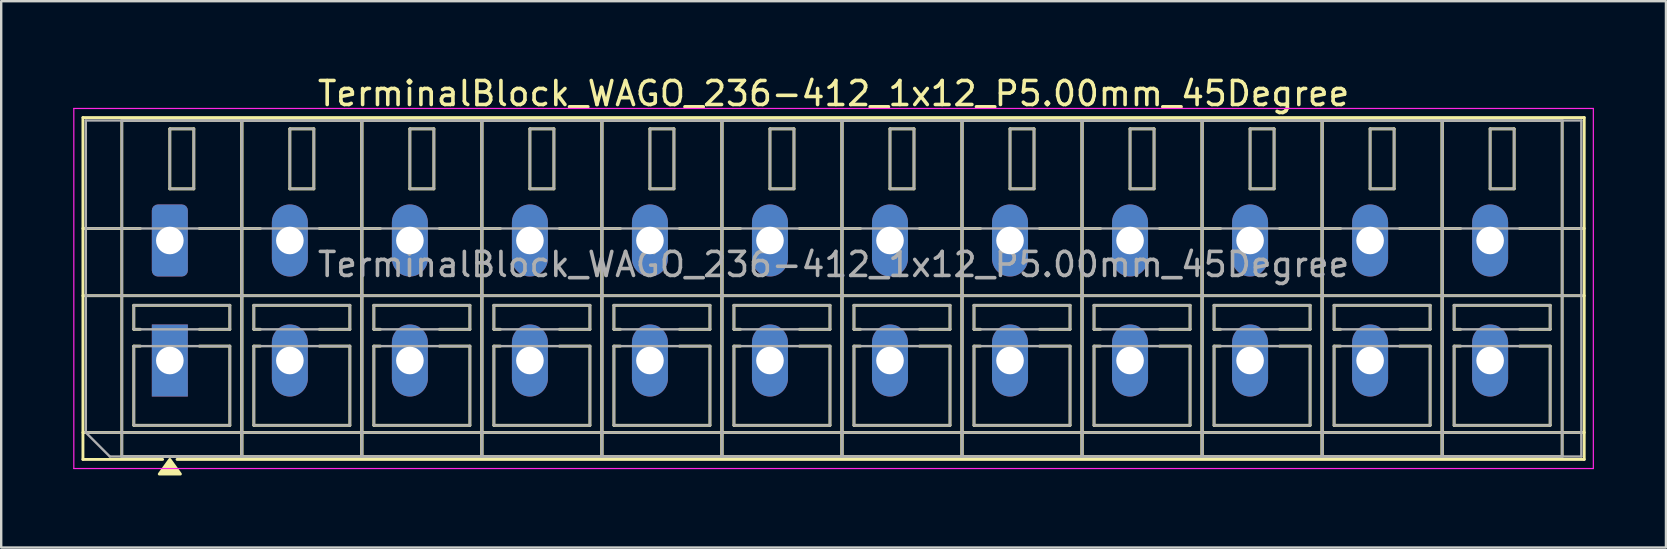
<source format=kicad_pcb>
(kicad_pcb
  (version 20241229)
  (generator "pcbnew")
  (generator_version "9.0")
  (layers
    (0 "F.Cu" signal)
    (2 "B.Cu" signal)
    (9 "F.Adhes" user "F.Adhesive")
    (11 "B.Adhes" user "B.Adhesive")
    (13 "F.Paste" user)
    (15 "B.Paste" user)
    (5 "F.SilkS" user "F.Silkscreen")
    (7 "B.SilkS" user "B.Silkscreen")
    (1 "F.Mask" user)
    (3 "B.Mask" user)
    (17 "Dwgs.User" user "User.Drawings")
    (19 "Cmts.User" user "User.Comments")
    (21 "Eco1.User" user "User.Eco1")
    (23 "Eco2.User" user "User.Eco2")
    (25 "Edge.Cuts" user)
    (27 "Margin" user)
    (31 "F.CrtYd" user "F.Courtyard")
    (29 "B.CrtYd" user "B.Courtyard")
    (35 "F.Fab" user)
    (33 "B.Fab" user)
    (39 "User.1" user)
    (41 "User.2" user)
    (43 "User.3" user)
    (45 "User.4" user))
  (footprint "TerminalBlock_WAGO_236-412_1x12_P5.00mm_45Degree"
    (layer "F.Cu")
    (at 4.025 6.968)
    (property "Reference" "TerminalBlock_WAGO_236-412_1x12_P5.00mm_45Degree" (at 27.65 -6.12 0) (layer "F.SilkS") (effects (font (size 1 1) (thickness 0.15))))
    (attr through_hole)
    (fp_line (start -3.62 -5.12) (end 58.92 -5.12) (stroke (width 0.12) (type solid)) (layer "F.SilkS"))
    (fp_line (start -3.62 -0.5) (end -1.23 -0.5) (stroke (width 0.12) (type solid)) (layer "F.SilkS"))
    (fp_line (start -3.62 2.3) (end 58.92 2.3) (stroke (width 0.12) (type solid)) (layer "F.SilkS"))
    (fp_line (start -3.62 8) (end 58.92 8) (stroke (width 0.12) (type solid)) (layer "F.SilkS"))
    (fp_line (start -3.62 9.12) (end -3.62 -5.12) (stroke (width 0.12) (type solid)) (layer "F.SilkS"))
    (fp_line (start -2 -5) (end 3 -5) (stroke (width 0.12) (type solid)) (layer "F.SilkS"))
    (fp_line (start -2 9) (end -2 -5) (stroke (width 0.12) (type solid)) (layer "F.SilkS"))
    (fp_line (start -1.5 2.7) (end 2.5 2.7) (stroke (width 0.12) (type solid)) (layer "F.SilkS"))
    (fp_line (start -1.5 3.7) (end -1.5 2.7) (stroke (width 0.12) (type solid)) (layer "F.SilkS"))
    (fp_line (start -1.5 4.4) (end -1.23 4.4) (stroke (width 0.12) (type solid)) (layer "F.SilkS"))
    (fp_line (start -1.5 7.7) (end -1.5 4.4) (stroke (width 0.12) (type solid)) (layer "F.SilkS"))
    (fp_line (start -1.23 3.7) (end -1.5 3.7) (stroke (width 0.12) (type solid)) (layer "F.SilkS"))
    (fp_line (start -0.3 9.12) (end -3.62 9.12) (stroke (width 0.12) (type solid)) (layer "F.SilkS"))
    (fp_line (start 0 -4.65) (end 1 -4.65) (stroke (width 0.12) (type solid)) (layer "F.SilkS"))
    (fp_line (start 0 -2.15) (end 0 -4.65) (stroke (width 0.12) (type solid)) (layer "F.SilkS"))
    (fp_line (start 1 -4.65) (end 1 -2.15) (stroke (width 0.12) (type solid)) (layer "F.SilkS"))
    (fp_line (start 1 -2.15) (end 0 -2.15) (stroke (width 0.12) (type solid)) (layer "F.SilkS"))
    (fp_line (start 1.23 -0.5) (end 3.77 -0.5) (stroke (width 0.12) (type solid)) (layer "F.SilkS"))
    (fp_line (start 1.23 4.4) (end 2.5 4.4) (stroke (width 0.12) (type solid)) (layer "F.SilkS"))
    (fp_line (start 2.5 2.7) (end 2.5 3.7) (stroke (width 0.12) (type solid)) (layer "F.SilkS"))
    (fp_line (start 2.5 3.7) (end 1.23 3.7) (stroke (width 0.12) (type solid)) (layer "F.SilkS"))
    (fp_line (start 2.5 4.4) (end 2.5 7.7) (stroke (width 0.12) (type solid)) (layer "F.SilkS"))
    (fp_line (start 2.5 7.7) (end -1.5 7.7) (stroke (width 0.12) (type solid)) (layer "F.SilkS"))
    (fp_line (start 3 -5) (end 3 9) (stroke (width 0.12) (type solid)) (layer "F.SilkS"))
    (fp_line (start 3 -5) (end 8 -5) (stroke (width 0.12) (type solid)) (layer "F.SilkS"))
    (fp_line (start 3 9) (end -2 9) (stroke (width 0.12) (type solid)) (layer "F.SilkS"))
    (fp_line (start 3 9) (end 3 -5) (stroke (width 0.12) (type solid)) (layer "F.SilkS"))
    (fp_line (start 3.5 2.7) (end 7.5 2.7) (stroke (width 0.12) (type solid)) (layer "F.SilkS"))
    (fp_line (start 3.5 3.7) (end 3.5 2.7) (stroke (width 0.12) (type solid)) (layer "F.SilkS"))
    (fp_line (start 3.5 4.4) (end 3.77 4.4) (stroke (width 0.12) (type solid)) (layer "F.SilkS"))
    (fp_line (start 3.5 7.7) (end 3.5 4.4) (stroke (width 0.12) (type solid)) (layer "F.SilkS"))
    (fp_line (start 3.77 3.7) (end 3.5 3.7) (stroke (width 0.12) (type solid)) (layer "F.SilkS"))
    (fp_line (start 5 -4.65) (end 6 -4.65) (stroke (width 0.12) (type solid)) (layer "F.SilkS"))
    (fp_line (start 5 -2.15) (end 5 -4.65) (stroke (width 0.12) (type solid)) (layer "F.SilkS"))
    (fp_line (start 6 -4.65) (end 6 -2.15) (stroke (width 0.12) (type solid)) (layer "F.SilkS"))
    (fp_line (start 6 -2.15) (end 5 -2.15) (stroke (width 0.12) (type solid)) (layer "F.SilkS"))
    (fp_line (start 6.23 -0.5) (end 8.77 -0.5) (stroke (width 0.12) (type solid)) (layer "F.SilkS"))
    (fp_line (start 6.23 4.4) (end 7.5 4.4) (stroke (width 0.12) (type solid)) (layer "F.SilkS"))
    (fp_line (start 7.5 2.7) (end 7.5 3.7) (stroke (width 0.12) (type solid)) (layer "F.SilkS"))
    (fp_line (start 7.5 3.7) (end 6.23 3.7) (stroke (width 0.12) (type solid)) (layer "F.SilkS"))
    (fp_line (start 7.5 4.4) (end 7.5 7.7) (stroke (width 0.12) (type solid)) (layer "F.SilkS"))
    (fp_line (start 7.5 7.7) (end 3.5 7.7) (stroke (width 0.12) (type solid)) (layer "F.SilkS"))
    (fp_line (start 8 -5) (end 8 9) (stroke (width 0.12) (type solid)) (layer "F.SilkS"))
    (fp_line (start 8 -5) (end 13 -5) (stroke (width 0.12) (type solid)) (layer "F.SilkS"))
    (fp_line (start 8 9) (end 3 9) (stroke (width 0.12) (type solid)) (layer "F.SilkS"))
    (fp_line (start 8 9) (end 8 -5) (stroke (width 0.12) (type solid)) (layer "F.SilkS"))
    (fp_line (start 8.5 2.7) (end 12.5 2.7) (stroke (width 0.12) (type solid)) (layer "F.SilkS"))
    (fp_line (start 8.5 3.7) (end 8.5 2.7) (stroke (width 0.12) (type solid)) (layer "F.SilkS"))
    (fp_line (start 8.5 4.4) (end 8.77 4.4) (stroke (width 0.12) (type solid)) (layer "F.SilkS"))
    (fp_line (start 8.5 7.7) (end 8.5 4.4) (stroke (width 0.12) (type solid)) (layer "F.SilkS"))
    (fp_line (start 8.77 3.7) (end 8.5 3.7) (stroke (width 0.12) (type solid)) (layer "F.SilkS"))
    (fp_line (start 10 -4.65) (end 11 -4.65) (stroke (width 0.12) (type solid)) (layer "F.SilkS"))
    (fp_line (start 10 -2.15) (end 10 -4.65) (stroke (width 0.12) (type solid)) (layer "F.SilkS"))
    (fp_line (start 11 -4.65) (end 11 -2.15) (stroke (width 0.12) (type solid)) (layer "F.SilkS"))
    (fp_line (start 11 -2.15) (end 10 -2.15) (stroke (width 0.12) (type solid)) (layer "F.SilkS"))
    (fp_line (start 11.23 -0.5) (end 13.77 -0.5) (stroke (width 0.12) (type solid)) (layer "F.SilkS"))
    (fp_line (start 11.23 4.4) (end 12.5 4.4) (stroke (width 0.12) (type solid)) (layer "F.SilkS"))
    (fp_line (start 12.5 2.7) (end 12.5 3.7) (stroke (width 0.12) (type solid)) (layer "F.SilkS"))
    (fp_line (start 12.5 3.7) (end 11.23 3.7) (stroke (width 0.12) (type solid)) (layer "F.SilkS"))
    (fp_line (start 12.5 4.4) (end 12.5 7.7) (stroke (width 0.12) (type solid)) (layer "F.SilkS"))
    (fp_line (start 12.5 7.7) (end 8.5 7.7) (stroke (width 0.12) (type solid)) (layer "F.SilkS"))
    (fp_line (start 13 -5) (end 13 9) (stroke (width 0.12) (type solid)) (layer "F.SilkS"))
    (fp_line (start 13 -5) (end 18 -5) (stroke (width 0.12) (type solid)) (layer "F.SilkS"))
    (fp_line (start 13 9) (end 8 9) (stroke (width 0.12) (type solid)) (layer "F.SilkS"))
    (fp_line (start 13 9) (end 13 -5) (stroke (width 0.12) (type solid)) (layer "F.SilkS"))
    (fp_line (start 13.5 2.7) (end 17.5 2.7) (stroke (width 0.12) (type solid)) (layer "F.SilkS"))
    (fp_line (start 13.5 3.7) (end 13.5 2.7) (stroke (width 0.12) (type solid)) (layer "F.SilkS"))
    (fp_line (start 13.5 4.4) (end 13.77 4.4) (stroke (width 0.12) (type solid)) (layer "F.SilkS"))
    (fp_line (start 13.5 7.7) (end 13.5 4.4) (stroke (width 0.12) (type solid)) (layer "F.SilkS"))
    (fp_line (start 13.77 3.7) (end 13.5 3.7) (stroke (width 0.12) (type solid)) (layer "F.SilkS"))
    (fp_line (start 15 -4.65) (end 16 -4.65) (stroke (width 0.12) (type solid)) (layer "F.SilkS"))
    (fp_line (start 15 -2.15) (end 15 -4.65) (stroke (width 0.12) (type solid)) (layer "F.SilkS"))
    (fp_line (start 16 -4.65) (end 16 -2.15) (stroke (width 0.12) (type solid)) (layer "F.SilkS"))
    (fp_line (start 16 -2.15) (end 15 -2.15) (stroke (width 0.12) (type solid)) (layer "F.SilkS"))
    (fp_line (start 16.23 -0.5) (end 18.77 -0.5) (stroke (width 0.12) (type solid)) (layer "F.SilkS"))
    (fp_line (start 16.23 4.4) (end 17.5 4.4) (stroke (width 0.12) (type solid)) (layer "F.SilkS"))
    (fp_line (start 17.5 2.7) (end 17.5 3.7) (stroke (width 0.12) (type solid)) (layer "F.SilkS"))
    (fp_line (start 17.5 3.7) (end 16.23 3.7) (stroke (width 0.12) (type solid)) (layer "F.SilkS"))
    (fp_line (start 17.5 4.4) (end 17.5 7.7) (stroke (width 0.12) (type solid)) (layer "F.SilkS"))
    (fp_line (start 17.5 7.7) (end 13.5 7.7) (stroke (width 0.12) (type solid)) (layer "F.SilkS"))
    (fp_line (start 18 -5) (end 18 9) (stroke (width 0.12) (type solid)) (layer "F.SilkS"))
    (fp_line (start 18 -5) (end 23 -5) (stroke (width 0.12) (type solid)) (layer "F.SilkS"))
    (fp_line (start 18 9) (end 13 9) (stroke (width 0.12) (type solid)) (layer "F.SilkS"))
    (fp_line (start 18 9) (end 18 -5) (stroke (width 0.12) (type solid)) (layer "F.SilkS"))
    (fp_line (start 18.5 2.7) (end 22.5 2.7) (stroke (width 0.12) (type solid)) (layer "F.SilkS"))
    (fp_line (start 18.5 3.7) (end 18.5 2.7) (stroke (width 0.12) (type solid)) (layer "F.SilkS"))
    (fp_line (start 18.5 4.4) (end 18.77 4.4) (stroke (width 0.12) (type solid)) (layer "F.SilkS"))
    (fp_line (start 18.5 7.7) (end 18.5 4.4) (stroke (width 0.12) (type solid)) (layer "F.SilkS"))
    (fp_line (start 18.77 3.7) (end 18.5 3.7) (stroke (width 0.12) (type solid)) (layer "F.SilkS"))
    (fp_line (start 20 -4.65) (end 21 -4.65) (stroke (width 0.12) (type solid)) (layer "F.SilkS"))
    (fp_line (start 20 -2.15) (end 20 -4.65) (stroke (width 0.12) (type solid)) (layer "F.SilkS"))
    (fp_line (start 21 -4.65) (end 21 -2.15) (stroke (width 0.12) (type solid)) (layer "F.SilkS"))
    (fp_line (start 21 -2.15) (end 20 -2.15) (stroke (width 0.12) (type solid)) (layer "F.SilkS"))
    (fp_line (start 21.23 -0.5) (end 23.77 -0.5) (stroke (width 0.12) (type solid)) (layer "F.SilkS"))
    (fp_line (start 21.23 4.4) (end 22.5 4.4) (stroke (width 0.12) (type solid)) (layer "F.SilkS"))
    (fp_line (start 22.5 2.7) (end 22.5 3.7) (stroke (width 0.12) (type solid)) (layer "F.SilkS"))
    (fp_line (start 22.5 3.7) (end 21.23 3.7) (stroke (width 0.12) (type solid)) (layer "F.SilkS"))
    (fp_line (start 22.5 4.4) (end 22.5 7.7) (stroke (width 0.12) (type solid)) (layer "F.SilkS"))
    (fp_line (start 22.5 7.7) (end 18.5 7.7) (stroke (width 0.12) (type solid)) (layer "F.SilkS"))
    (fp_line (start 23 -5) (end 23 9) (stroke (width 0.12) (type solid)) (layer "F.SilkS"))
    (fp_line (start 23 -5) (end 28 -5) (stroke (width 0.12) (type solid)) (layer "F.SilkS"))
    (fp_line (start 23 9) (end 18 9) (stroke (width 0.12) (type solid)) (layer "F.SilkS"))
    (fp_line (start 23 9) (end 23 -5) (stroke (width 0.12) (type solid)) (layer "F.SilkS"))
    (fp_line (start 23.5 2.7) (end 27.5 2.7) (stroke (width 0.12) (type solid)) (layer "F.SilkS"))
    (fp_line (start 23.5 3.7) (end 23.5 2.7) (stroke (width 0.12) (type solid)) (layer "F.SilkS"))
    (fp_line (start 23.5 4.4) (end 23.77 4.4) (stroke (width 0.12) (type solid)) (layer "F.SilkS"))
    (fp_line (start 23.5 7.7) (end 23.5 4.4) (stroke (width 0.12) (type solid)) (layer "F.SilkS"))
    (fp_line (start 23.77 3.7) (end 23.5 3.7) (stroke (width 0.12) (type solid)) (layer "F.SilkS"))
    (fp_line (start 25 -4.65) (end 26 -4.65) (stroke (width 0.12) (type solid)) (layer "F.SilkS"))
    (fp_line (start 25 -2.15) (end 25 -4.65) (stroke (width 0.12) (type solid)) (layer "F.SilkS"))
    (fp_line (start 26 -4.65) (end 26 -2.15) (stroke (width 0.12) (type solid)) (layer "F.SilkS"))
    (fp_line (start 26 -2.15) (end 25 -2.15) (stroke (width 0.12) (type solid)) (layer "F.SilkS"))
    (fp_line (start 26.23 -0.5) (end 28.77 -0.5) (stroke (width 0.12) (type solid)) (layer "F.SilkS"))
    (fp_line (start 26.23 4.4) (end 27.5 4.4) (stroke (width 0.12) (type solid)) (layer "F.SilkS"))
    (fp_line (start 27.5 2.7) (end 27.5 3.7) (stroke (width 0.12) (type solid)) (layer "F.SilkS"))
    (fp_line (start 27.5 3.7) (end 26.23 3.7) (stroke (width 0.12) (type solid)) (layer "F.SilkS"))
    (fp_line (start 27.5 4.4) (end 27.5 7.7) (stroke (width 0.12) (type solid)) (layer "F.SilkS"))
    (fp_line (start 27.5 7.7) (end 23.5 7.7) (stroke (width 0.12) (type solid)) (layer "F.SilkS"))
    (fp_line (start 28 -5) (end 28 9) (stroke (width 0.12) (type solid)) (layer "F.SilkS"))
    (fp_line (start 28 -5) (end 33 -5) (stroke (width 0.12) (type solid)) (layer "F.SilkS"))
    (fp_line (start 28 9) (end 23 9) (stroke (width 0.12) (type solid)) (layer "F.SilkS"))
    (fp_line (start 28 9) (end 28 -5) (stroke (width 0.12) (type solid)) (layer "F.SilkS"))
    (fp_line (start 28.5 2.7) (end 32.5 2.7) (stroke (width 0.12) (type solid)) (layer "F.SilkS"))
    (fp_line (start 28.5 3.7) (end 28.5 2.7) (stroke (width 0.12) (type solid)) (layer "F.SilkS"))
    (fp_line (start 28.5 4.4) (end 28.77 4.4) (stroke (width 0.12) (type solid)) (layer "F.SilkS"))
    (fp_line (start 28.5 7.7) (end 28.5 4.4) (stroke (width 0.12) (type solid)) (layer "F.SilkS"))
    (fp_line (start 28.77 3.7) (end 28.5 3.7) (stroke (width 0.12) (type solid)) (layer "F.SilkS"))
    (fp_line (start 30 -4.65) (end 31 -4.65) (stroke (width 0.12) (type solid)) (layer "F.SilkS"))
    (fp_line (start 30 -2.15) (end 30 -4.65) (stroke (width 0.12) (type solid)) (layer "F.SilkS"))
    (fp_line (start 31 -4.65) (end 31 -2.15) (stroke (width 0.12) (type solid)) (layer "F.SilkS"))
    (fp_line (start 31 -2.15) (end 30 -2.15) (stroke (width 0.12) (type solid)) (layer "F.SilkS"))
    (fp_line (start 31.23 -0.5) (end 33.77 -0.5) (stroke (width 0.12) (type solid)) (layer "F.SilkS"))
    (fp_line (start 31.23 4.4) (end 32.5 4.4) (stroke (width 0.12) (type solid)) (layer "F.SilkS"))
    (fp_line (start 32.5 2.7) (end 32.5 3.7) (stroke (width 0.12) (type solid)) (layer "F.SilkS"))
    (fp_line (start 32.5 3.7) (end 31.23 3.7) (stroke (width 0.12) (type solid)) (layer "F.SilkS"))
    (fp_line (start 32.5 4.4) (end 32.5 7.7) (stroke (width 0.12) (type solid)) (layer "F.SilkS"))
    (fp_line (start 32.5 7.7) (end 28.5 7.7) (stroke (width 0.12) (type solid)) (layer "F.SilkS"))
    (fp_line (start 33 -5) (end 33 9) (stroke (width 0.12) (type solid)) (layer "F.SilkS"))
    (fp_line (start 33 -5) (end 38 -5) (stroke (width 0.12) (type solid)) (layer "F.SilkS"))
    (fp_line (start 33 9) (end 28 9) (stroke (width 0.12) (type solid)) (layer "F.SilkS"))
    (fp_line (start 33 9) (end 33 -5) (stroke (width 0.12) (type solid)) (layer "F.SilkS"))
    (fp_line (start 33.5 2.7) (end 37.5 2.7) (stroke (width 0.12) (type solid)) (layer "F.SilkS"))
    (fp_line (start 33.5 3.7) (end 33.5 2.7) (stroke (width 0.12) (type solid)) (layer "F.SilkS"))
    (fp_line (start 33.5 4.4) (end 33.77 4.4) (stroke (width 0.12) (type solid)) (layer "F.SilkS"))
    (fp_line (start 33.5 7.7) (end 33.5 4.4) (stroke (width 0.12) (type solid)) (layer "F.SilkS"))
    (fp_line (start 33.77 3.7) (end 33.5 3.7) (stroke (width 0.12) (type solid)) (layer "F.SilkS"))
    (fp_line (start 35 -4.65) (end 36 -4.65) (stroke (width 0.12) (type solid)) (layer "F.SilkS"))
    (fp_line (start 35 -2.15) (end 35 -4.65) (stroke (width 0.12) (type solid)) (layer "F.SilkS"))
    (fp_line (start 36 -4.65) (end 36 -2.15) (stroke (width 0.12) (type solid)) (layer "F.SilkS"))
    (fp_line (start 36 -2.15) (end 35 -2.15) (stroke (width 0.12) (type solid)) (layer "F.SilkS"))
    (fp_line (start 36.23 -0.5) (end 38.77 -0.5) (stroke (width 0.12) (type solid)) (layer "F.SilkS"))
    (fp_line (start 36.23 4.4) (end 37.5 4.4) (stroke (width 0.12) (type solid)) (layer "F.SilkS"))
    (fp_line (start 37.5 2.7) (end 37.5 3.7) (stroke (width 0.12) (type solid)) (layer "F.SilkS"))
    (fp_line (start 37.5 3.7) (end 36.23 3.7) (stroke (width 0.12) (type solid)) (layer "F.SilkS"))
    (fp_line (start 37.5 4.4) (end 37.5 7.7) (stroke (width 0.12) (type solid)) (layer "F.SilkS"))
    (fp_line (start 37.5 7.7) (end 33.5 7.7) (stroke (width 0.12) (type solid)) (layer "F.SilkS"))
    (fp_line (start 38 -5) (end 38 9) (stroke (width 0.12) (type solid)) (layer "F.SilkS"))
    (fp_line (start 38 -5) (end 43 -5) (stroke (width 0.12) (type solid)) (layer "F.SilkS"))
    (fp_line (start 38 9) (end 33 9) (stroke (width 0.12) (type solid)) (layer "F.SilkS"))
    (fp_line (start 38 9) (end 38 -5) (stroke (width 0.12) (type solid)) (layer "F.SilkS"))
    (fp_line (start 38.5 2.7) (end 42.5 2.7) (stroke (width 0.12) (type solid)) (layer "F.SilkS"))
    (fp_line (start 38.5 3.7) (end 38.5 2.7) (stroke (width 0.12) (type solid)) (layer "F.SilkS"))
    (fp_line (start 38.5 4.4) (end 38.77 4.4) (stroke (width 0.12) (type solid)) (layer "F.SilkS"))
    (fp_line (start 38.5 7.7) (end 38.5 4.4) (stroke (width 0.12) (type solid)) (layer "F.SilkS"))
    (fp_line (start 38.77 3.7) (end 38.5 3.7) (stroke (width 0.12) (type solid)) (layer "F.SilkS"))
    (fp_line (start 40 -4.65) (end 41 -4.65) (stroke (width 0.12) (type solid)) (layer "F.SilkS"))
    (fp_line (start 40 -2.15) (end 40 -4.65) (stroke (width 0.12) (type solid)) (layer "F.SilkS"))
    (fp_line (start 41 -4.65) (end 41 -2.15) (stroke (width 0.12) (type solid)) (layer "F.SilkS"))
    (fp_line (start 41 -2.15) (end 40 -2.15) (stroke (width 0.12) (type solid)) (layer "F.SilkS"))
    (fp_line (start 41.23 -0.5) (end 43.77 -0.5) (stroke (width 0.12) (type solid)) (layer "F.SilkS"))
    (fp_line (start 41.23 4.4) (end 42.5 4.4) (stroke (width 0.12) (type solid)) (layer "F.SilkS"))
    (fp_line (start 42.5 2.7) (end 42.5 3.7) (stroke (width 0.12) (type solid)) (layer "F.SilkS"))
    (fp_line (start 42.5 3.7) (end 41.23 3.7) (stroke (width 0.12) (type solid)) (layer "F.SilkS"))
    (fp_line (start 42.5 4.4) (end 42.5 7.7) (stroke (width 0.12) (type solid)) (layer "F.SilkS"))
    (fp_line (start 42.5 7.7) (end 38.5 7.7) (stroke (width 0.12) (type solid)) (layer "F.SilkS"))
    (fp_line (start 43 -5) (end 43 9) (stroke (width 0.12) (type solid)) (layer "F.SilkS"))
    (fp_line (start 43 -5) (end 48 -5) (stroke (width 0.12) (type solid)) (layer "F.SilkS"))
    (fp_line (start 43 9) (end 38 9) (stroke (width 0.12) (type solid)) (layer "F.SilkS"))
    (fp_line (start 43 9) (end 43 -5) (stroke (width 0.12) (type solid)) (layer "F.SilkS"))
    (fp_line (start 43.5 2.7) (end 47.5 2.7) (stroke (width 0.12) (type solid)) (layer "F.SilkS"))
    (fp_line (start 43.5 3.7) (end 43.5 2.7) (stroke (width 0.12) (type solid)) (layer "F.SilkS"))
    (fp_line (start 43.5 4.4) (end 43.77 4.4) (stroke (width 0.12) (type solid)) (layer "F.SilkS"))
    (fp_line (start 43.5 7.7) (end 43.5 4.4) (stroke (width 0.12) (type solid)) (layer "F.SilkS"))
    (fp_line (start 43.77 3.7) (end 43.5 3.7) (stroke (width 0.12) (type solid)) (layer "F.SilkS"))
    (fp_line (start 45 -4.65) (end 46 -4.65) (stroke (width 0.12) (type solid)) (layer "F.SilkS"))
    (fp_line (start 45 -2.15) (end 45 -4.65) (stroke (width 0.12) (type solid)) (layer "F.SilkS"))
    (fp_line (start 46 -4.65) (end 46 -2.15) (stroke (width 0.12) (type solid)) (layer "F.SilkS"))
    (fp_line (start 46 -2.15) (end 45 -2.15) (stroke (width 0.12) (type solid)) (layer "F.SilkS"))
    (fp_line (start 46.23 -0.5) (end 48.77 -0.5) (stroke (width 0.12) (type solid)) (layer "F.SilkS"))
    (fp_line (start 46.23 4.4) (end 47.5 4.4) (stroke (width 0.12) (type solid)) (layer "F.SilkS"))
    (fp_line (start 47.5 2.7) (end 47.5 3.7) (stroke (width 0.12) (type solid)) (layer "F.SilkS"))
    (fp_line (start 47.5 3.7) (end 46.23 3.7) (stroke (width 0.12) (type solid)) (layer "F.SilkS"))
    (fp_line (start 47.5 4.4) (end 47.5 7.7) (stroke (width 0.12) (type solid)) (layer "F.SilkS"))
    (fp_line (start 47.5 7.7) (end 43.5 7.7) (stroke (width 0.12) (type solid)) (layer "F.SilkS"))
    (fp_line (start 48 -5) (end 48 9) (stroke (width 0.12) (type solid)) (layer "F.SilkS"))
    (fp_line (start 48 -5) (end 53 -5) (stroke (width 0.12) (type solid)) (layer "F.SilkS"))
    (fp_line (start 48 9) (end 43 9) (stroke (width 0.12) (type solid)) (layer "F.SilkS"))
    (fp_line (start 48 9) (end 48 -5) (stroke (width 0.12) (type solid)) (layer "F.SilkS"))
    (fp_line (start 48.5 2.7) (end 52.5 2.7) (stroke (width 0.12) (type solid)) (layer "F.SilkS"))
    (fp_line (start 48.5 3.7) (end 48.5 2.7) (stroke (width 0.12) (type solid)) (layer "F.SilkS"))
    (fp_line (start 48.5 4.4) (end 48.77 4.4) (stroke (width 0.12) (type solid)) (layer "F.SilkS"))
    (fp_line (start 48.5 7.7) (end 48.5 4.4) (stroke (width 0.12) (type solid)) (layer "F.SilkS"))
    (fp_line (start 48.77 3.7) (end 48.5 3.7) (stroke (width 0.12) (type solid)) (layer "F.SilkS"))
    (fp_line (start 50 -4.65) (end 51 -4.65) (stroke (width 0.12) (type solid)) (layer "F.SilkS"))
    (fp_line (start 50 -2.15) (end 50 -4.65) (stroke (width 0.12) (type solid)) (layer "F.SilkS"))
    (fp_line (start 51 -4.65) (end 51 -2.15) (stroke (width 0.12) (type solid)) (layer "F.SilkS"))
    (fp_line (start 51 -2.15) (end 50 -2.15) (stroke (width 0.12) (type solid)) (layer "F.SilkS"))
    (fp_line (start 51.23 -0.5) (end 53.77 -0.5) (stroke (width 0.12) (type solid)) (layer "F.SilkS"))
    (fp_line (start 51.23 4.4) (end 52.5 4.4) (stroke (width 0.12) (type solid)) (layer "F.SilkS"))
    (fp_line (start 52.5 2.7) (end 52.5 3.7) (stroke (width 0.12) (type solid)) (layer "F.SilkS"))
    (fp_line (start 52.5 3.7) (end 51.23 3.7) (stroke (width 0.12) (type solid)) (layer "F.SilkS"))
    (fp_line (start 52.5 4.4) (end 52.5 7.7) (stroke (width 0.12) (type solid)) (layer "F.SilkS"))
    (fp_line (start 52.5 7.7) (end 48.5 7.7) (stroke (width 0.12) (type solid)) (layer "F.SilkS"))
    (fp_line (start 53 -5) (end 53 9) (stroke (width 0.12) (type solid)) (layer "F.SilkS"))
    (fp_line (start 53 -5) (end 58 -5) (stroke (width 0.12) (type solid)) (layer "F.SilkS"))
    (fp_line (start 53 9) (end 48 9) (stroke (width 0.12) (type solid)) (layer "F.SilkS"))
    (fp_line (start 53 9) (end 53 -5) (stroke (width 0.12) (type solid)) (layer "F.SilkS"))
    (fp_line (start 53.5 2.7) (end 57.5 2.7) (stroke (width 0.12) (type solid)) (layer "F.SilkS"))
    (fp_line (start 53.5 3.7) (end 53.5 2.7) (stroke (width 0.12) (type solid)) (layer "F.SilkS"))
    (fp_line (start 53.5 4.4) (end 53.77 4.4) (stroke (width 0.12) (type solid)) (layer "F.SilkS"))
    (fp_line (start 53.5 7.7) (end 53.5 4.4) (stroke (width 0.12) (type solid)) (layer "F.SilkS"))
    (fp_line (start 53.77 3.7) (end 53.5 3.7) (stroke (width 0.12) (type solid)) (layer "F.SilkS"))
    (fp_line (start 55 -4.65) (end 56 -4.65) (stroke (width 0.12) (type solid)) (layer "F.SilkS"))
    (fp_line (start 55 -2.15) (end 55 -4.65) (stroke (width 0.12) (type solid)) (layer "F.SilkS"))
    (fp_line (start 56 -4.65) (end 56 -2.15) (stroke (width 0.12) (type solid)) (layer "F.SilkS"))
    (fp_line (start 56 -2.15) (end 55 -2.15) (stroke (width 0.12) (type solid)) (layer "F.SilkS"))
    (fp_line (start 56.23 -0.5) (end 58.92 -0.5) (stroke (width 0.12) (type solid)) (layer "F.SilkS"))
    (fp_line (start 56.23 4.4) (end 57.5 4.4) (stroke (width 0.12) (type solid)) (layer "F.SilkS"))
    (fp_line (start 57.5 2.7) (end 57.5 3.7) (stroke (width 0.12) (type solid)) (layer "F.SilkS"))
    (fp_line (start 57.5 3.7) (end 56.23 3.7) (stroke (width 0.12) (type solid)) (layer "F.SilkS"))
    (fp_line (start 57.5 4.4) (end 57.5 7.7) (stroke (width 0.12) (type solid)) (layer "F.SilkS"))
    (fp_line (start 57.5 7.7) (end 53.5 7.7) (stroke (width 0.12) (type solid)) (layer "F.SilkS"))
    (fp_line (start 58 -5) (end 58 9) (stroke (width 0.12) (type solid)) (layer "F.SilkS"))
    (fp_line (start 58 9) (end 53 9) (stroke (width 0.12) (type solid)) (layer "F.SilkS"))
    (fp_line (start 58.92 -5.12) (end 58.92 9.12) (stroke (width 0.12) (type solid)) (layer "F.SilkS"))
    (fp_line (start 58.92 9.12) (end 0.3 9.12) (stroke (width 0.12) (type solid)) (layer "F.SilkS"))
    (fp_poly (pts (xy 0 9.12) (xy 0.44 9.73) (xy -0.44 9.73)) (stroke (width 0.12) (type solid)) (fill yes) (layer "F.SilkS"))
    (fp_line (start -4 -5.5) (end -4 9.5) (stroke (width 0.05) (type solid)) (layer "F.CrtYd"))
    (fp_line (start -4 9.5) (end 59.3 9.5) (stroke (width 0.05) (type solid)) (layer "F.CrtYd"))
    (fp_line (start 59.3 -5.5) (end -4 -5.5) (stroke (width 0.05) (type solid)) (layer "F.CrtYd"))
    (fp_line (start 59.3 9.5) (end 59.3 -5.5) (stroke (width 0.05) (type solid)) (layer "F.CrtYd"))
    (fp_line (start -3.5 -5) (end 58.8 -5) (stroke (width 0.1) (type solid)) (layer "F.Fab"))
    (fp_line (start -3.5 -0.5) (end 58.8 -0.5) (stroke (width 0.1) (type solid)) (layer "F.Fab"))
    (fp_line (start -3.5 2.3) (end 58.8 2.3) (stroke (width 0.1) (type solid)) (layer "F.Fab"))
    (fp_line (start -3.5 8) (end -3.5 -5) (stroke (width 0.1) (type solid)) (layer "F.Fab"))
    (fp_line (start -3.5 8) (end 58.8 8) (stroke (width 0.1) (type solid)) (layer "F.Fab"))
    (fp_line (start -2.5 9) (end -3.5 8) (stroke (width 0.1) (type solid)) (layer "F.Fab"))
    (fp_line (start -2 -5) (end -2 9) (stroke (width 0.1) (type solid)) (layer "F.Fab"))
    (fp_line (start -2 9) (end 3 9) (stroke (width 0.1) (type solid)) (layer "F.Fab"))
    (fp_line (start -1.5 2.7) (end -1.5 3.7) (stroke (width 0.1) (type solid)) (layer "F.Fab"))
    (fp_line (start -1.5 3.7) (end 2.5 3.7) (stroke (width 0.1) (type solid)) (layer "F.Fab"))
    (fp_line (start -1.5 4.4) (end -1.5 7.7) (stroke (width 0.1) (type solid)) (layer "F.Fab"))
    (fp_line (start -1.5 7.7) (end 2.5 7.7) (stroke (width 0.1) (type solid)) (layer "F.Fab"))
    (fp_line (start 0 -4.65) (end 0 -2.15) (stroke (width 0.1) (type solid)) (layer "F.Fab"))
    (fp_line (start 0 -2.15) (end 1 -2.15) (stroke (width 0.1) (type solid)) (layer "F.Fab"))
    (fp_line (start 1 -4.65) (end 0 -4.65) (stroke (width 0.1) (type solid)) (layer "F.Fab"))
    (fp_line (start 1 -2.15) (end 1 -4.65) (stroke (width 0.1) (type solid)) (layer "F.Fab"))
    (fp_line (start 2.5 2.7) (end -1.5 2.7) (stroke (width 0.1) (type solid)) (layer "F.Fab"))
    (fp_line (start 2.5 3.7) (end 2.5 2.7) (stroke (width 0.1) (type solid)) (layer "F.Fab"))
    (fp_line (start 2.5 4.4) (end -1.5 4.4) (stroke (width 0.1) (type solid)) (layer "F.Fab"))
    (fp_line (start 2.5 7.7) (end 2.5 4.4) (stroke (width 0.1) (type solid)) (layer "F.Fab"))
    (fp_line (start 3 -5) (end -2 -5) (stroke (width 0.1) (type solid)) (layer "F.Fab"))
    (fp_line (start 3 -5) (end 3 9) (stroke (width 0.1) (type solid)) (layer "F.Fab"))
    (fp_line (start 3 9) (end 3 -5) (stroke (width 0.1) (type solid)) (layer "F.Fab"))
    (fp_line (start 3 9) (end 8 9) (stroke (width 0.1) (type solid)) (layer "F.Fab"))
    (fp_line (start 3.5 2.7) (end 3.5 3.7) (stroke (width 0.1) (type solid)) (layer "F.Fab"))
    (fp_line (start 3.5 3.7) (end 7.5 3.7) (stroke (width 0.1) (type solid)) (layer "F.Fab"))
    (fp_line (start 3.5 4.4) (end 3.5 7.7) (stroke (width 0.1) (type solid)) (layer "F.Fab"))
    (fp_line (start 3.5 7.7) (end 7.5 7.7) (stroke (width 0.1) (type solid)) (layer "F.Fab"))
    (fp_line (start 5 -4.65) (end 5 -2.15) (stroke (width 0.1) (type solid)) (layer "F.Fab"))
    (fp_line (start 5 -2.15) (end 6 -2.15) (stroke (width 0.1) (type solid)) (layer "F.Fab"))
    (fp_line (start 6 -4.65) (end 5 -4.65) (stroke (width 0.1) (type solid)) (layer "F.Fab"))
    (fp_line (start 6 -2.15) (end 6 -4.65) (stroke (width 0.1) (type solid)) (layer "F.Fab"))
    (fp_line (start 7.5 2.7) (end 3.5 2.7) (stroke (width 0.1) (type solid)) (layer "F.Fab"))
    (fp_line (start 7.5 3.7) (end 7.5 2.7) (stroke (width 0.1) (type solid)) (layer "F.Fab"))
    (fp_line (start 7.5 4.4) (end 3.5 4.4) (stroke (width 0.1) (type solid)) (layer "F.Fab"))
    (fp_line (start 7.5 7.7) (end 7.5 4.4) (stroke (width 0.1) (type solid)) (layer "F.Fab"))
    (fp_line (start 8 -5) (end 3 -5) (stroke (width 0.1) (type solid)) (layer "F.Fab"))
    (fp_line (start 8 -5) (end 8 9) (stroke (width 0.1) (type solid)) (layer "F.Fab"))
    (fp_line (start 8 9) (end 8 -5) (stroke (width 0.1) (type solid)) (layer "F.Fab"))
    (fp_line (start 8 9) (end 13 9) (stroke (width 0.1) (type solid)) (layer "F.Fab"))
    (fp_line (start 8.5 2.7) (end 8.5 3.7) (stroke (width 0.1) (type solid)) (layer "F.Fab"))
    (fp_line (start 8.5 3.7) (end 12.5 3.7) (stroke (width 0.1) (type solid)) (layer "F.Fab"))
    (fp_line (start 8.5 4.4) (end 8.5 7.7) (stroke (width 0.1) (type solid)) (layer "F.Fab"))
    (fp_line (start 8.5 7.7) (end 12.5 7.7) (stroke (width 0.1) (type solid)) (layer "F.Fab"))
    (fp_line (start 10 -4.65) (end 10 -2.15) (stroke (width 0.1) (type solid)) (layer "F.Fab"))
    (fp_line (start 10 -2.15) (end 11 -2.15) (stroke (width 0.1) (type solid)) (layer "F.Fab"))
    (fp_line (start 11 -4.65) (end 10 -4.65) (stroke (width 0.1) (type solid)) (layer "F.Fab"))
    (fp_line (start 11 -2.15) (end 11 -4.65) (stroke (width 0.1) (type solid)) (layer "F.Fab"))
    (fp_line (start 12.5 2.7) (end 8.5 2.7) (stroke (width 0.1) (type solid)) (layer "F.Fab"))
    (fp_line (start 12.5 3.7) (end 12.5 2.7) (stroke (width 0.1) (type solid)) (layer "F.Fab"))
    (fp_line (start 12.5 4.4) (end 8.5 4.4) (stroke (width 0.1) (type solid)) (layer "F.Fab"))
    (fp_line (start 12.5 7.7) (end 12.5 4.4) (stroke (width 0.1) (type solid)) (layer "F.Fab"))
    (fp_line (start 13 -5) (end 8 -5) (stroke (width 0.1) (type solid)) (layer "F.Fab"))
    (fp_line (start 13 -5) (end 13 9) (stroke (width 0.1) (type solid)) (layer "F.Fab"))
    (fp_line (start 13 9) (end 13 -5) (stroke (width 0.1) (type solid)) (layer "F.Fab"))
    (fp_line (start 13 9) (end 18 9) (stroke (width 0.1) (type solid)) (layer "F.Fab"))
    (fp_line (start 13.5 2.7) (end 13.5 3.7) (stroke (width 0.1) (type solid)) (layer "F.Fab"))
    (fp_line (start 13.5 3.7) (end 17.5 3.7) (stroke (width 0.1) (type solid)) (layer "F.Fab"))
    (fp_line (start 13.5 4.4) (end 13.5 7.7) (stroke (width 0.1) (type solid)) (layer "F.Fab"))
    (fp_line (start 13.5 7.7) (end 17.5 7.7) (stroke (width 0.1) (type solid)) (layer "F.Fab"))
    (fp_line (start 15 -4.65) (end 15 -2.15) (stroke (width 0.1) (type solid)) (layer "F.Fab"))
    (fp_line (start 15 -2.15) (end 16 -2.15) (stroke (width 0.1) (type solid)) (layer "F.Fab"))
    (fp_line (start 16 -4.65) (end 15 -4.65) (stroke (width 0.1) (type solid)) (layer "F.Fab"))
    (fp_line (start 16 -2.15) (end 16 -4.65) (stroke (width 0.1) (type solid)) (layer "F.Fab"))
    (fp_line (start 17.5 2.7) (end 13.5 2.7) (stroke (width 0.1) (type solid)) (layer "F.Fab"))
    (fp_line (start 17.5 3.7) (end 17.5 2.7) (stroke (width 0.1) (type solid)) (layer "F.Fab"))
    (fp_line (start 17.5 4.4) (end 13.5 4.4) (stroke (width 0.1) (type solid)) (layer "F.Fab"))
    (fp_line (start 17.5 7.7) (end 17.5 4.4) (stroke (width 0.1) (type solid)) (layer "F.Fab"))
    (fp_line (start 18 -5) (end 13 -5) (stroke (width 0.1) (type solid)) (layer "F.Fab"))
    (fp_line (start 18 -5) (end 18 9) (stroke (width 0.1) (type solid)) (layer "F.Fab"))
    (fp_line (start 18 9) (end 18 -5) (stroke (width 0.1) (type solid)) (layer "F.Fab"))
    (fp_line (start 18 9) (end 23 9) (stroke (width 0.1) (type solid)) (layer "F.Fab"))
    (fp_line (start 18.5 2.7) (end 18.5 3.7) (stroke (width 0.1) (type solid)) (layer "F.Fab"))
    (fp_line (start 18.5 3.7) (end 22.5 3.7) (stroke (width 0.1) (type solid)) (layer "F.Fab"))
    (fp_line (start 18.5 4.4) (end 18.5 7.7) (stroke (width 0.1) (type solid)) (layer "F.Fab"))
    (fp_line (start 18.5 7.7) (end 22.5 7.7) (stroke (width 0.1) (type solid)) (layer "F.Fab"))
    (fp_line (start 20 -4.65) (end 20 -2.15) (stroke (width 0.1) (type solid)) (layer "F.Fab"))
    (fp_line (start 20 -2.15) (end 21 -2.15) (stroke (width 0.1) (type solid)) (layer "F.Fab"))
    (fp_line (start 21 -4.65) (end 20 -4.65) (stroke (width 0.1) (type solid)) (layer "F.Fab"))
    (fp_line (start 21 -2.15) (end 21 -4.65) (stroke (width 0.1) (type solid)) (layer "F.Fab"))
    (fp_line (start 22.5 2.7) (end 18.5 2.7) (stroke (width 0.1) (type solid)) (layer "F.Fab"))
    (fp_line (start 22.5 3.7) (end 22.5 2.7) (stroke (width 0.1) (type solid)) (layer "F.Fab"))
    (fp_line (start 22.5 4.4) (end 18.5 4.4) (stroke (width 0.1) (type solid)) (layer "F.Fab"))
    (fp_line (start 22.5 7.7) (end 22.5 4.4) (stroke (width 0.1) (type solid)) (layer "F.Fab"))
    (fp_line (start 23 -5) (end 18 -5) (stroke (width 0.1) (type solid)) (layer "F.Fab"))
    (fp_line (start 23 -5) (end 23 9) (stroke (width 0.1) (type solid)) (layer "F.Fab"))
    (fp_line (start 23 9) (end 23 -5) (stroke (width 0.1) (type solid)) (layer "F.Fab"))
    (fp_line (start 23 9) (end 28 9) (stroke (width 0.1) (type solid)) (layer "F.Fab"))
    (fp_line (start 23.5 2.7) (end 23.5 3.7) (stroke (width 0.1) (type solid)) (layer "F.Fab"))
    (fp_line (start 23.5 3.7) (end 27.5 3.7) (stroke (width 0.1) (type solid)) (layer "F.Fab"))
    (fp_line (start 23.5 4.4) (end 23.5 7.7) (stroke (width 0.1) (type solid)) (layer "F.Fab"))
    (fp_line (start 23.5 7.7) (end 27.5 7.7) (stroke (width 0.1) (type solid)) (layer "F.Fab"))
    (fp_line (start 25 -4.65) (end 25 -2.15) (stroke (width 0.1) (type solid)) (layer "F.Fab"))
    (fp_line (start 25 -2.15) (end 26 -2.15) (stroke (width 0.1) (type solid)) (layer "F.Fab"))
    (fp_line (start 26 -4.65) (end 25 -4.65) (stroke (width 0.1) (type solid)) (layer "F.Fab"))
    (fp_line (start 26 -2.15) (end 26 -4.65) (stroke (width 0.1) (type solid)) (layer "F.Fab"))
    (fp_line (start 27.5 2.7) (end 23.5 2.7) (stroke (width 0.1) (type solid)) (layer "F.Fab"))
    (fp_line (start 27.5 3.7) (end 27.5 2.7) (stroke (width 0.1) (type solid)) (layer "F.Fab"))
    (fp_line (start 27.5 4.4) (end 23.5 4.4) (stroke (width 0.1) (type solid)) (layer "F.Fab"))
    (fp_line (start 27.5 7.7) (end 27.5 4.4) (stroke (width 0.1) (type solid)) (layer "F.Fab"))
    (fp_line (start 28 -5) (end 23 -5) (stroke (width 0.1) (type solid)) (layer "F.Fab"))
    (fp_line (start 28 -5) (end 28 9) (stroke (width 0.1) (type solid)) (layer "F.Fab"))
    (fp_line (start 28 9) (end 28 -5) (stroke (width 0.1) (type solid)) (layer "F.Fab"))
    (fp_line (start 28 9) (end 33 9) (stroke (width 0.1) (type solid)) (layer "F.Fab"))
    (fp_line (start 28.5 2.7) (end 28.5 3.7) (stroke (width 0.1) (type solid)) (layer "F.Fab"))
    (fp_line (start 28.5 3.7) (end 32.5 3.7) (stroke (width 0.1) (type solid)) (layer "F.Fab"))
    (fp_line (start 28.5 4.4) (end 28.5 7.7) (stroke (width 0.1) (type solid)) (layer "F.Fab"))
    (fp_line (start 28.5 7.7) (end 32.5 7.7) (stroke (width 0.1) (type solid)) (layer "F.Fab"))
    (fp_line (start 30 -4.65) (end 30 -2.15) (stroke (width 0.1) (type solid)) (layer "F.Fab"))
    (fp_line (start 30 -2.15) (end 31 -2.15) (stroke (width 0.1) (type solid)) (layer "F.Fab"))
    (fp_line (start 31 -4.65) (end 30 -4.65) (stroke (width 0.1) (type solid)) (layer "F.Fab"))
    (fp_line (start 31 -2.15) (end 31 -4.65) (stroke (width 0.1) (type solid)) (layer "F.Fab"))
    (fp_line (start 32.5 2.7) (end 28.5 2.7) (stroke (width 0.1) (type solid)) (layer "F.Fab"))
    (fp_line (start 32.5 3.7) (end 32.5 2.7) (stroke (width 0.1) (type solid)) (layer "F.Fab"))
    (fp_line (start 32.5 4.4) (end 28.5 4.4) (stroke (width 0.1) (type solid)) (layer "F.Fab"))
    (fp_line (start 32.5 7.7) (end 32.5 4.4) (stroke (width 0.1) (type solid)) (layer "F.Fab"))
    (fp_line (start 33 -5) (end 28 -5) (stroke (width 0.1) (type solid)) (layer "F.Fab"))
    (fp_line (start 33 -5) (end 33 9) (stroke (width 0.1) (type solid)) (layer "F.Fab"))
    (fp_line (start 33 9) (end 33 -5) (stroke (width 0.1) (type solid)) (layer "F.Fab"))
    (fp_line (start 33 9) (end 38 9) (stroke (width 0.1) (type solid)) (layer "F.Fab"))
    (fp_line (start 33.5 2.7) (end 33.5 3.7) (stroke (width 0.1) (type solid)) (layer "F.Fab"))
    (fp_line (start 33.5 3.7) (end 37.5 3.7) (stroke (width 0.1) (type solid)) (layer "F.Fab"))
    (fp_line (start 33.5 4.4) (end 33.5 7.7) (stroke (width 0.1) (type solid)) (layer "F.Fab"))
    (fp_line (start 33.5 7.7) (end 37.5 7.7) (stroke (width 0.1) (type solid)) (layer "F.Fab"))
    (fp_line (start 35 -4.65) (end 35 -2.15) (stroke (width 0.1) (type solid)) (layer "F.Fab"))
    (fp_line (start 35 -2.15) (end 36 -2.15) (stroke (width 0.1) (type solid)) (layer "F.Fab"))
    (fp_line (start 36 -4.65) (end 35 -4.65) (stroke (width 0.1) (type solid)) (layer "F.Fab"))
    (fp_line (start 36 -2.15) (end 36 -4.65) (stroke (width 0.1) (type solid)) (layer "F.Fab"))
    (fp_line (start 37.5 2.7) (end 33.5 2.7) (stroke (width 0.1) (type solid)) (layer "F.Fab"))
    (fp_line (start 37.5 3.7) (end 37.5 2.7) (stroke (width 0.1) (type solid)) (layer "F.Fab"))
    (fp_line (start 37.5 4.4) (end 33.5 4.4) (stroke (width 0.1) (type solid)) (layer "F.Fab"))
    (fp_line (start 37.5 7.7) (end 37.5 4.4) (stroke (width 0.1) (type solid)) (layer "F.Fab"))
    (fp_line (start 38 -5) (end 33 -5) (stroke (width 0.1) (type solid)) (layer "F.Fab"))
    (fp_line (start 38 -5) (end 38 9) (stroke (width 0.1) (type solid)) (layer "F.Fab"))
    (fp_line (start 38 9) (end 38 -5) (stroke (width 0.1) (type solid)) (layer "F.Fab"))
    (fp_line (start 38 9) (end 43 9) (stroke (width 0.1) (type solid)) (layer "F.Fab"))
    (fp_line (start 38.5 2.7) (end 38.5 3.7) (stroke (width 0.1) (type solid)) (layer "F.Fab"))
    (fp_line (start 38.5 3.7) (end 42.5 3.7) (stroke (width 0.1) (type solid)) (layer "F.Fab"))
    (fp_line (start 38.5 4.4) (end 38.5 7.7) (stroke (width 0.1) (type solid)) (layer "F.Fab"))
    (fp_line (start 38.5 7.7) (end 42.5 7.7) (stroke (width 0.1) (type solid)) (layer "F.Fab"))
    (fp_line (start 40 -4.65) (end 40 -2.15) (stroke (width 0.1) (type solid)) (layer "F.Fab"))
    (fp_line (start 40 -2.15) (end 41 -2.15) (stroke (width 0.1) (type solid)) (layer "F.Fab"))
    (fp_line (start 41 -4.65) (end 40 -4.65) (stroke (width 0.1) (type solid)) (layer "F.Fab"))
    (fp_line (start 41 -2.15) (end 41 -4.65) (stroke (width 0.1) (type solid)) (layer "F.Fab"))
    (fp_line (start 42.5 2.7) (end 38.5 2.7) (stroke (width 0.1) (type solid)) (layer "F.Fab"))
    (fp_line (start 42.5 3.7) (end 42.5 2.7) (stroke (width 0.1) (type solid)) (layer "F.Fab"))
    (fp_line (start 42.5 4.4) (end 38.5 4.4) (stroke (width 0.1) (type solid)) (layer "F.Fab"))
    (fp_line (start 42.5 7.7) (end 42.5 4.4) (stroke (width 0.1) (type solid)) (layer "F.Fab"))
    (fp_line (start 43 -5) (end 38 -5) (stroke (width 0.1) (type solid)) (layer "F.Fab"))
    (fp_line (start 43 -5) (end 43 9) (stroke (width 0.1) (type solid)) (layer "F.Fab"))
    (fp_line (start 43 9) (end 43 -5) (stroke (width 0.1) (type solid)) (layer "F.Fab"))
    (fp_line (start 43 9) (end 48 9) (stroke (width 0.1) (type solid)) (layer "F.Fab"))
    (fp_line (start 43.5 2.7) (end 43.5 3.7) (stroke (width 0.1) (type solid)) (layer "F.Fab"))
    (fp_line (start 43.5 3.7) (end 47.5 3.7) (stroke (width 0.1) (type solid)) (layer "F.Fab"))
    (fp_line (start 43.5 4.4) (end 43.5 7.7) (stroke (width 0.1) (type solid)) (layer "F.Fab"))
    (fp_line (start 43.5 7.7) (end 47.5 7.7) (stroke (width 0.1) (type solid)) (layer "F.Fab"))
    (fp_line (start 45 -4.65) (end 45 -2.15) (stroke (width 0.1) (type solid)) (layer "F.Fab"))
    (fp_line (start 45 -2.15) (end 46 -2.15) (stroke (width 0.1) (type solid)) (layer "F.Fab"))
    (fp_line (start 46 -4.65) (end 45 -4.65) (stroke (width 0.1) (type solid)) (layer "F.Fab"))
    (fp_line (start 46 -2.15) (end 46 -4.65) (stroke (width 0.1) (type solid)) (layer "F.Fab"))
    (fp_line (start 47.5 2.7) (end 43.5 2.7) (stroke (width 0.1) (type solid)) (layer "F.Fab"))
    (fp_line (start 47.5 3.7) (end 47.5 2.7) (stroke (width 0.1) (type solid)) (layer "F.Fab"))
    (fp_line (start 47.5 4.4) (end 43.5 4.4) (stroke (width 0.1) (type solid)) (layer "F.Fab"))
    (fp_line (start 47.5 7.7) (end 47.5 4.4) (stroke (width 0.1) (type solid)) (layer "F.Fab"))
    (fp_line (start 48 -5) (end 43 -5) (stroke (width 0.1) (type solid)) (layer "F.Fab"))
    (fp_line (start 48 -5) (end 48 9) (stroke (width 0.1) (type solid)) (layer "F.Fab"))
    (fp_line (start 48 9) (end 48 -5) (stroke (width 0.1) (type solid)) (layer "F.Fab"))
    (fp_line (start 48 9) (end 53 9) (stroke (width 0.1) (type solid)) (layer "F.Fab"))
    (fp_line (start 48.5 2.7) (end 48.5 3.7) (stroke (width 0.1) (type solid)) (layer "F.Fab"))
    (fp_line (start 48.5 3.7) (end 52.5 3.7) (stroke (width 0.1) (type solid)) (layer "F.Fab"))
    (fp_line (start 48.5 4.4) (end 48.5 7.7) (stroke (width 0.1) (type solid)) (layer "F.Fab"))
    (fp_line (start 48.5 7.7) (end 52.5 7.7) (stroke (width 0.1) (type solid)) (layer "F.Fab"))
    (fp_line (start 50 -4.65) (end 50 -2.15) (stroke (width 0.1) (type solid)) (layer "F.Fab"))
    (fp_line (start 50 -2.15) (end 51 -2.15) (stroke (width 0.1) (type solid)) (layer "F.Fab"))
    (fp_line (start 51 -4.65) (end 50 -4.65) (stroke (width 0.1) (type solid)) (layer "F.Fab"))
    (fp_line (start 51 -2.15) (end 51 -4.65) (stroke (width 0.1) (type solid)) (layer "F.Fab"))
    (fp_line (start 52.5 2.7) (end 48.5 2.7) (stroke (width 0.1) (type solid)) (layer "F.Fab"))
    (fp_line (start 52.5 3.7) (end 52.5 2.7) (stroke (width 0.1) (type solid)) (layer "F.Fab"))
    (fp_line (start 52.5 4.4) (end 48.5 4.4) (stroke (width 0.1) (type solid)) (layer "F.Fab"))
    (fp_line (start 52.5 7.7) (end 52.5 4.4) (stroke (width 0.1) (type solid)) (layer "F.Fab"))
    (fp_line (start 53 -5) (end 48 -5) (stroke (width 0.1) (type solid)) (layer "F.Fab"))
    (fp_line (start 53 -5) (end 53 9) (stroke (width 0.1) (type solid)) (layer "F.Fab"))
    (fp_line (start 53 9) (end 53 -5) (stroke (width 0.1) (type solid)) (layer "F.Fab"))
    (fp_line (start 53 9) (end 58 9) (stroke (width 0.1) (type solid)) (layer "F.Fab"))
    (fp_line (start 53.5 2.7) (end 53.5 3.7) (stroke (width 0.1) (type solid)) (layer "F.Fab"))
    (fp_line (start 53.5 3.7) (end 57.5 3.7) (stroke (width 0.1) (type solid)) (layer "F.Fab"))
    (fp_line (start 53.5 4.4) (end 53.5 7.7) (stroke (width 0.1) (type solid)) (layer "F.Fab"))
    (fp_line (start 53.5 7.7) (end 57.5 7.7) (stroke (width 0.1) (type solid)) (layer "F.Fab"))
    (fp_line (start 55 -4.65) (end 55 -2.15) (stroke (width 0.1) (type solid)) (layer "F.Fab"))
    (fp_line (start 55 -2.15) (end 56 -2.15) (stroke (width 0.1) (type solid)) (layer "F.Fab"))
    (fp_line (start 56 -4.65) (end 55 -4.65) (stroke (width 0.1) (type solid)) (layer "F.Fab"))
    (fp_line (start 56 -2.15) (end 56 -4.65) (stroke (width 0.1) (type solid)) (layer "F.Fab"))
    (fp_line (start 57.5 2.7) (end 53.5 2.7) (stroke (width 0.1) (type solid)) (layer "F.Fab"))
    (fp_line (start 57.5 3.7) (end 57.5 2.7) (stroke (width 0.1) (type solid)) (layer "F.Fab"))
    (fp_line (start 57.5 4.4) (end 53.5 4.4) (stroke (width 0.1) (type solid)) (layer "F.Fab"))
    (fp_line (start 57.5 7.7) (end 57.5 4.4) (stroke (width 0.1) (type solid)) (layer "F.Fab"))
    (fp_line (start 58 -5) (end 53 -5) (stroke (width 0.1) (type solid)) (layer "F.Fab"))
    (fp_line (start 58 9) (end 58 -5) (stroke (width 0.1) (type solid)) (layer "F.Fab"))
    (fp_line (start 58.8 -5) (end 58.8 9) (stroke (width 0.1) (type solid)) (layer "F.Fab"))
    (fp_line (start 58.8 9) (end -2.5 9) (stroke (width 0.1) (type solid)) (layer "F.Fab"))
    (fp_text user "${REFERENCE}" (at 27.65 1 0) (layer "F.Fab") (effects (font (size 1 1) (thickness 0.15))))
    (pad "1" thru_hole roundrect (at 0 0) (size 1.5 3) (drill 1.15) (layers "*.Cu" "*.Mask") (roundrect_rratio 0.167))
    (pad "1" thru_hole rect (at 0 5) (size 1.5 3) (drill 1.15) (layers "*.Cu" "*.Mask"))
    (pad "2" thru_hole oval (at 5 0) (size 1.5 3) (drill 1.15) (layers "*.Cu" "*.Mask"))
    (pad "2" thru_hole oval (at 5 5) (size 1.5 3) (drill 1.15) (layers "*.Cu" "*.Mask"))
    (pad "3" thru_hole oval (at 10 0) (size 1.5 3) (drill 1.15) (layers "*.Cu" "*.Mask"))
    (pad "3" thru_hole oval (at 10 5) (size 1.5 3) (drill 1.15) (layers "*.Cu" "*.Mask"))
    (pad "4" thru_hole oval (at 15 0) (size 1.5 3) (drill 1.15) (layers "*.Cu" "*.Mask"))
    (pad "4" thru_hole oval (at 15 5) (size 1.5 3) (drill 1.15) (layers "*.Cu" "*.Mask"))
    (pad "5" thru_hole oval (at 20 0) (size 1.5 3) (drill 1.15) (layers "*.Cu" "*.Mask"))
    (pad "5" thru_hole oval (at 20 5) (size 1.5 3) (drill 1.15) (layers "*.Cu" "*.Mask"))
    (pad "6" thru_hole oval (at 25 0) (size 1.5 3) (drill 1.15) (layers "*.Cu" "*.Mask"))
    (pad "6" thru_hole oval (at 25 5) (size 1.5 3) (drill 1.15) (layers "*.Cu" "*.Mask"))
    (pad "7" thru_hole oval (at 30 0) (size 1.5 3) (drill 1.15) (layers "*.Cu" "*.Mask"))
    (pad "7" thru_hole oval (at 30 5) (size 1.5 3) (drill 1.15) (layers "*.Cu" "*.Mask"))
    (pad "8" thru_hole oval (at 35 0) (size 1.5 3) (drill 1.15) (layers "*.Cu" "*.Mask"))
    (pad "8" thru_hole oval (at 35 5) (size 1.5 3) (drill 1.15) (layers "*.Cu" "*.Mask"))
    (pad "9" thru_hole oval (at 40 0) (size 1.5 3) (drill 1.15) (layers "*.Cu" "*.Mask"))
    (pad "9" thru_hole oval (at 40 5) (size 1.5 3) (drill 1.15) (layers "*.Cu" "*.Mask"))
    (pad "10" thru_hole oval (at 45 0) (size 1.5 3) (drill 1.15) (layers "*.Cu" "*.Mask"))
    (pad "10" thru_hole oval (at 45 5) (size 1.5 3) (drill 1.15) (layers "*.Cu" "*.Mask"))
    (pad "11" thru_hole oval (at 50 0) (size 1.5 3) (drill 1.15) (layers "*.Cu" "*.Mask"))
    (pad "11" thru_hole oval (at 50 5) (size 1.5 3) (drill 1.15) (layers "*.Cu" "*.Mask"))
    (pad "12" thru_hole oval (at 55 0) (size 1.5 3) (drill 1.15) (layers "*.Cu" "*.Mask"))
    (pad "12" thru_hole oval (at 55 5) (size 1.5 3) (drill 1.15) (layers "*.Cu" "*.Mask")))
  (gr_rect
    (start -3 -3)
    (end 66.35 19.758)
    (stroke (width 0.1) (type default))
    (fill no)
    (layer "Edge.Cuts")))
</source>
